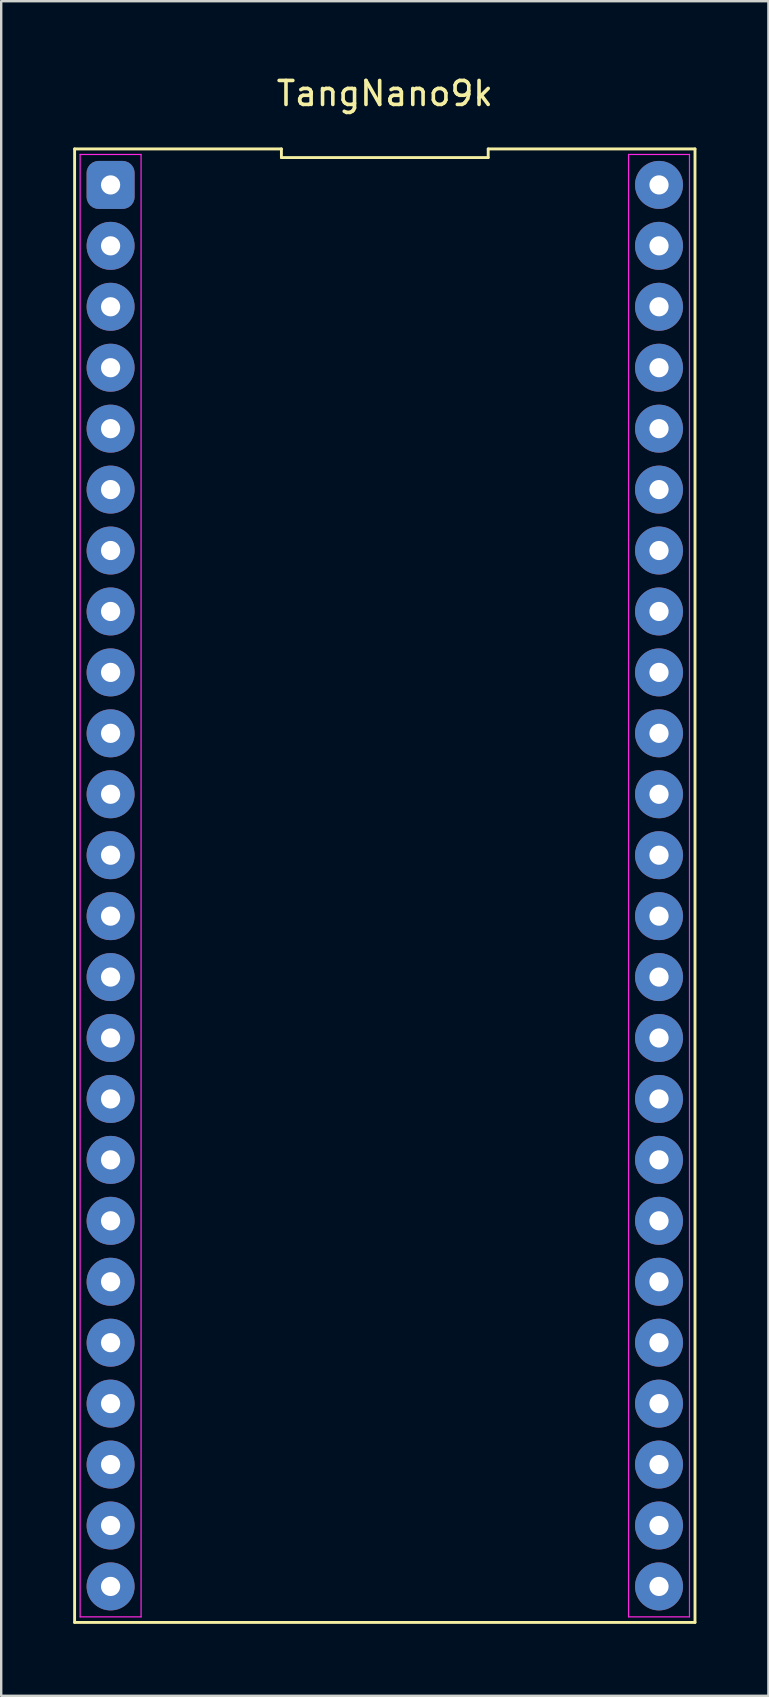
<source format=kicad_pcb>
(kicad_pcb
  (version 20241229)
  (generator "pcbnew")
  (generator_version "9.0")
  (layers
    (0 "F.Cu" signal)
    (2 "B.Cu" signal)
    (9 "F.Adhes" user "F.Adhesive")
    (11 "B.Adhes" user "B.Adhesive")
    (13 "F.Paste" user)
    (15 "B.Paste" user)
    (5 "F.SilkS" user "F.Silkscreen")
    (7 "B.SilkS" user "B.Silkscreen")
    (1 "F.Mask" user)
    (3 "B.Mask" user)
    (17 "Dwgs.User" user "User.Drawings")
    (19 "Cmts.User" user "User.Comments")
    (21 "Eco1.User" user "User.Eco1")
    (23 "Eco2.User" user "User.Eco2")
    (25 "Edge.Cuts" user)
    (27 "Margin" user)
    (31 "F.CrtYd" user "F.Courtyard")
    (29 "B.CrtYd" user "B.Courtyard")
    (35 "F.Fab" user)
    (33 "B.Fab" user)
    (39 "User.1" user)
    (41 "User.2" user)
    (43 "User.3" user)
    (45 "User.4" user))
  (footprint "TangNano9k"
    (layer "F.Cu")
    (at 12.99 33.868)
    (property "Reference" "TangNano9k" (at 0 -33.02 180) (layer "F.SilkS") (effects (font (size 1 1) (thickness 0.15))))
    (attr through_hole)
    (fp_line (start -12.93 30.71) (end 12.93 30.71) (stroke (width 0.12) (type default)) (layer "F.SilkS"))
    (fp_line (start -12.93 -30.71) (end -12.93 30.71) (stroke (width 0.12) (type default)) (layer "F.SilkS"))
    (fp_line (start -4.31 -30.71) (end -12.93 -30.71) (stroke (width 0.12) (type default)) (layer "F.SilkS"))
    (fp_line (start -4.31 -30.35) (end -4.31 -30.71) (stroke (width 0.12) (type default)) (layer "F.SilkS"))
    (fp_line (start 4.31 -30.71) (end 4.31 -30.35) (stroke (width 0.12) (type default)) (layer "F.SilkS"))
    (fp_line (start 4.31 -30.35) (end -4.31 -30.35) (stroke (width 0.12) (type default)) (layer "F.SilkS"))
    (fp_line (start 12.93 30.71) (end 12.93 -30.71) (stroke (width 0.12) (type default)) (layer "F.SilkS"))
    (fp_line (start 12.93 -30.71) (end 4.31 -30.71) (stroke (width 0.12) (type default)) (layer "F.SilkS"))
    (fp_line (start -12.7 -30.48) (end -10.16 -30.48) (stroke (width 0.05) (type default)) (layer "F.CrtYd"))
    (fp_line (start -12.7 30.48) (end -12.7 -30.48) (stroke (width 0.05) (type default)) (layer "F.CrtYd"))
    (fp_line (start -10.16 -30.48) (end -10.16 30.48) (stroke (width 0.05) (type default)) (layer "F.CrtYd"))
    (fp_line (start -10.16 30.48) (end -12.7 30.48) (stroke (width 0.05) (type default)) (layer "F.CrtYd"))
    (fp_line (start 10.16 -30.48) (end 10.16 30.48) (stroke (width 0.05) (type default)) (layer "F.CrtYd"))
    (fp_line (start 10.16 30.48) (end 12.7 30.48) (stroke (width 0.05) (type default)) (layer "F.CrtYd"))
    (fp_line (start 12.7 -30.48) (end 10.16 -30.48) (stroke (width 0.05) (type default)) (layer "F.CrtYd"))
    (fp_line (start 12.7 30.48) (end 12.7 -30.48) (stroke (width 0.05) (type default)) (layer "F.CrtYd"))
    (pad "1" thru_hole roundrect (at -11.43 -29.21 270) (size 2 2) (drill 0.8) (layers "*.Cu" "*.Mask") (roundrect_rratio 0.25))
    (pad "2" thru_hole circle (at -11.43 -26.67 270) (size 2 2) (drill 0.8) (layers "*.Cu" "*.Mask"))
    (pad "3" thru_hole circle (at -11.43 -24.13 270) (size 2 2) (drill 0.8) (layers "*.Cu" "*.Mask"))
    (pad "4" thru_hole circle (at -11.43 -21.59 270) (size 2 2) (drill 0.8) (layers "*.Cu" "*.Mask"))
    (pad "5" thru_hole circle (at -11.43 -19.05 270) (size 2 2) (drill 0.8) (layers "*.Cu" "*.Mask"))
    (pad "6" thru_hole circle (at -11.43 -16.51 270) (size 2 2) (drill 0.8) (layers "*.Cu" "*.Mask"))
    (pad "7" thru_hole circle (at -11.43 -13.97 270) (size 2 2) (drill 0.8) (layers "*.Cu" "*.Mask"))
    (pad "8" thru_hole circle (at -11.43 -11.43 270) (size 2 2) (drill 0.8) (layers "*.Cu" "*.Mask"))
    (pad "9" thru_hole circle (at -11.43 -8.89 270) (size 2 2) (drill 0.8) (layers "*.Cu" "*.Mask"))
    (pad "10" thru_hole circle (at -11.43 -6.35 270) (size 2 2) (drill 0.8) (layers "*.Cu" "*.Mask"))
    (pad "11" thru_hole circle (at -11.43 -3.81 270) (size 2 2) (drill 0.8) (layers "*.Cu" "*.Mask"))
    (pad "12" thru_hole circle (at -11.43 -1.27 270) (size 2 2) (drill 0.8) (layers "*.Cu" "*.Mask"))
    (pad "13" thru_hole circle (at -11.43 1.27 270) (size 2 2) (drill 0.8) (layers "*.Cu" "*.Mask"))
    (pad "14" thru_hole circle (at -11.43 3.81 270) (size 2 2) (drill 0.8) (layers "*.Cu" "*.Mask"))
    (pad "15" thru_hole circle (at -11.43 6.35 270) (size 2 2) (drill 0.8) (layers "*.Cu" "*.Mask"))
    (pad "16" thru_hole circle (at -11.43 8.89 270) (size 2 2) (drill 0.8) (layers "*.Cu" "*.Mask"))
    (pad "17" thru_hole circle (at -11.43 11.43 270) (size 2 2) (drill 0.8) (layers "*.Cu" "*.Mask"))
    (pad "18" thru_hole circle (at -11.43 13.97 270) (size 2 2) (drill 0.8) (layers "*.Cu" "*.Mask"))
    (pad "19" thru_hole circle (at -11.43 16.51 270) (size 2 2) (drill 0.8) (layers "*.Cu" "*.Mask"))
    (pad "20" thru_hole circle (at -11.43 19.05 270) (size 2 2) (drill 0.8) (layers "*.Cu" "*.Mask"))
    (pad "21" thru_hole circle (at -11.43 21.59 270) (size 2 2) (drill 0.8) (layers "*.Cu" "*.Mask"))
    (pad "22" thru_hole circle (at -11.43 24.13 270) (size 2 2) (drill 0.8) (layers "*.Cu" "*.Mask"))
    (pad "23" thru_hole circle (at -11.43 26.67 270) (size 2 2) (drill 0.8) (layers "*.Cu" "*.Mask"))
    (pad "24" thru_hole circle (at -11.43 29.21 270) (size 2 2) (drill 0.8) (layers "*.Cu" "*.Mask"))
    (pad "25" thru_hole circle (at 11.43 29.21 270) (size 2 2) (drill 0.8) (layers "*.Cu" "*.Mask"))
    (pad "26" thru_hole circle (at 11.43 26.67 270) (size 2 2) (drill 0.8) (layers "*.Cu" "*.Mask"))
    (pad "27" thru_hole circle (at 11.43 24.13 270) (size 2 2) (drill 0.8) (layers "*.Cu" "*.Mask"))
    (pad "28" thru_hole circle (at 11.43 21.59 270) (size 2 2) (drill 0.8) (layers "*.Cu" "*.Mask"))
    (pad "29" thru_hole circle (at 11.43 19.05 270) (size 2 2) (drill 0.8) (layers "*.Cu" "*.Mask"))
    (pad "30" thru_hole circle (at 11.43 16.51 270) (size 2 2) (drill 0.8) (layers "*.Cu" "*.Mask"))
    (pad "31" thru_hole circle (at 11.43 13.97 270) (size 2 2) (drill 0.8) (layers "*.Cu" "*.Mask"))
    (pad "32" thru_hole circle (at 11.43 11.43 270) (size 2 2) (drill 0.8) (layers "*.Cu" "*.Mask"))
    (pad "33" thru_hole circle (at 11.43 8.89 270) (size 2 2) (drill 0.8) (layers "*.Cu" "*.Mask"))
    (pad "34" thru_hole circle (at 11.43 6.35 270) (size 2 2) (drill 0.8) (layers "*.Cu" "*.Mask"))
    (pad "35" thru_hole circle (at 11.43 3.81 270) (size 2 2) (drill 0.8) (layers "*.Cu" "*.Mask"))
    (pad "36" thru_hole circle (at 11.43 1.27 270) (size 2 2) (drill 0.8) (layers "*.Cu" "*.Mask"))
    (pad "37" thru_hole circle (at 11.43 -1.27 270) (size 2 2) (drill 0.8) (layers "*.Cu" "*.Mask"))
    (pad "38" thru_hole circle (at 11.43 -3.81 270) (size 2 2) (drill 0.8) (layers "*.Cu" "*.Mask"))
    (pad "39" thru_hole circle (at 11.43 -6.35 270) (size 2 2) (drill 0.8) (layers "*.Cu" "*.Mask"))
    (pad "40" thru_hole circle (at 11.43 -8.89 270) (size 2 2) (drill 0.8) (layers "*.Cu" "*.Mask"))
    (pad "41" thru_hole circle (at 11.43 -11.43 270) (size 2 2) (drill 0.8) (layers "*.Cu" "*.Mask"))
    (pad "42" thru_hole circle (at 11.43 -13.97 270) (size 2 2) (drill 0.8) (layers "*.Cu" "*.Mask"))
    (pad "43" thru_hole circle (at 11.43 -16.51 270) (size 2 2) (drill 0.8) (layers "*.Cu" "*.Mask"))
    (pad "44" thru_hole circle (at 11.43 -19.05 270) (size 2 2) (drill 0.8) (layers "*.Cu" "*.Mask"))
    (pad "45" thru_hole circle (at 11.43 -21.59 270) (size 2 2) (drill 0.8) (layers "*.Cu" "*.Mask"))
    (pad "46" thru_hole circle (at 11.43 -24.13 270) (size 2 2) (drill 0.8) (layers "*.Cu" "*.Mask"))
    (pad "47" thru_hole circle (at 11.43 -26.67 270) (size 2 2) (drill 0.8) (layers "*.Cu" "*.Mask"))
    (pad "48" thru_hole circle (at 11.43 -29.21 270) (size 2 2) (drill 0.8) (layers "*.Cu" "*.Mask")))
  (gr_rect
    (start -3 -3)
    (end 28.98 67.638)
    (stroke (width 0.1) (type default))
    (fill no)
    (layer "Edge.Cuts")))
</source>
